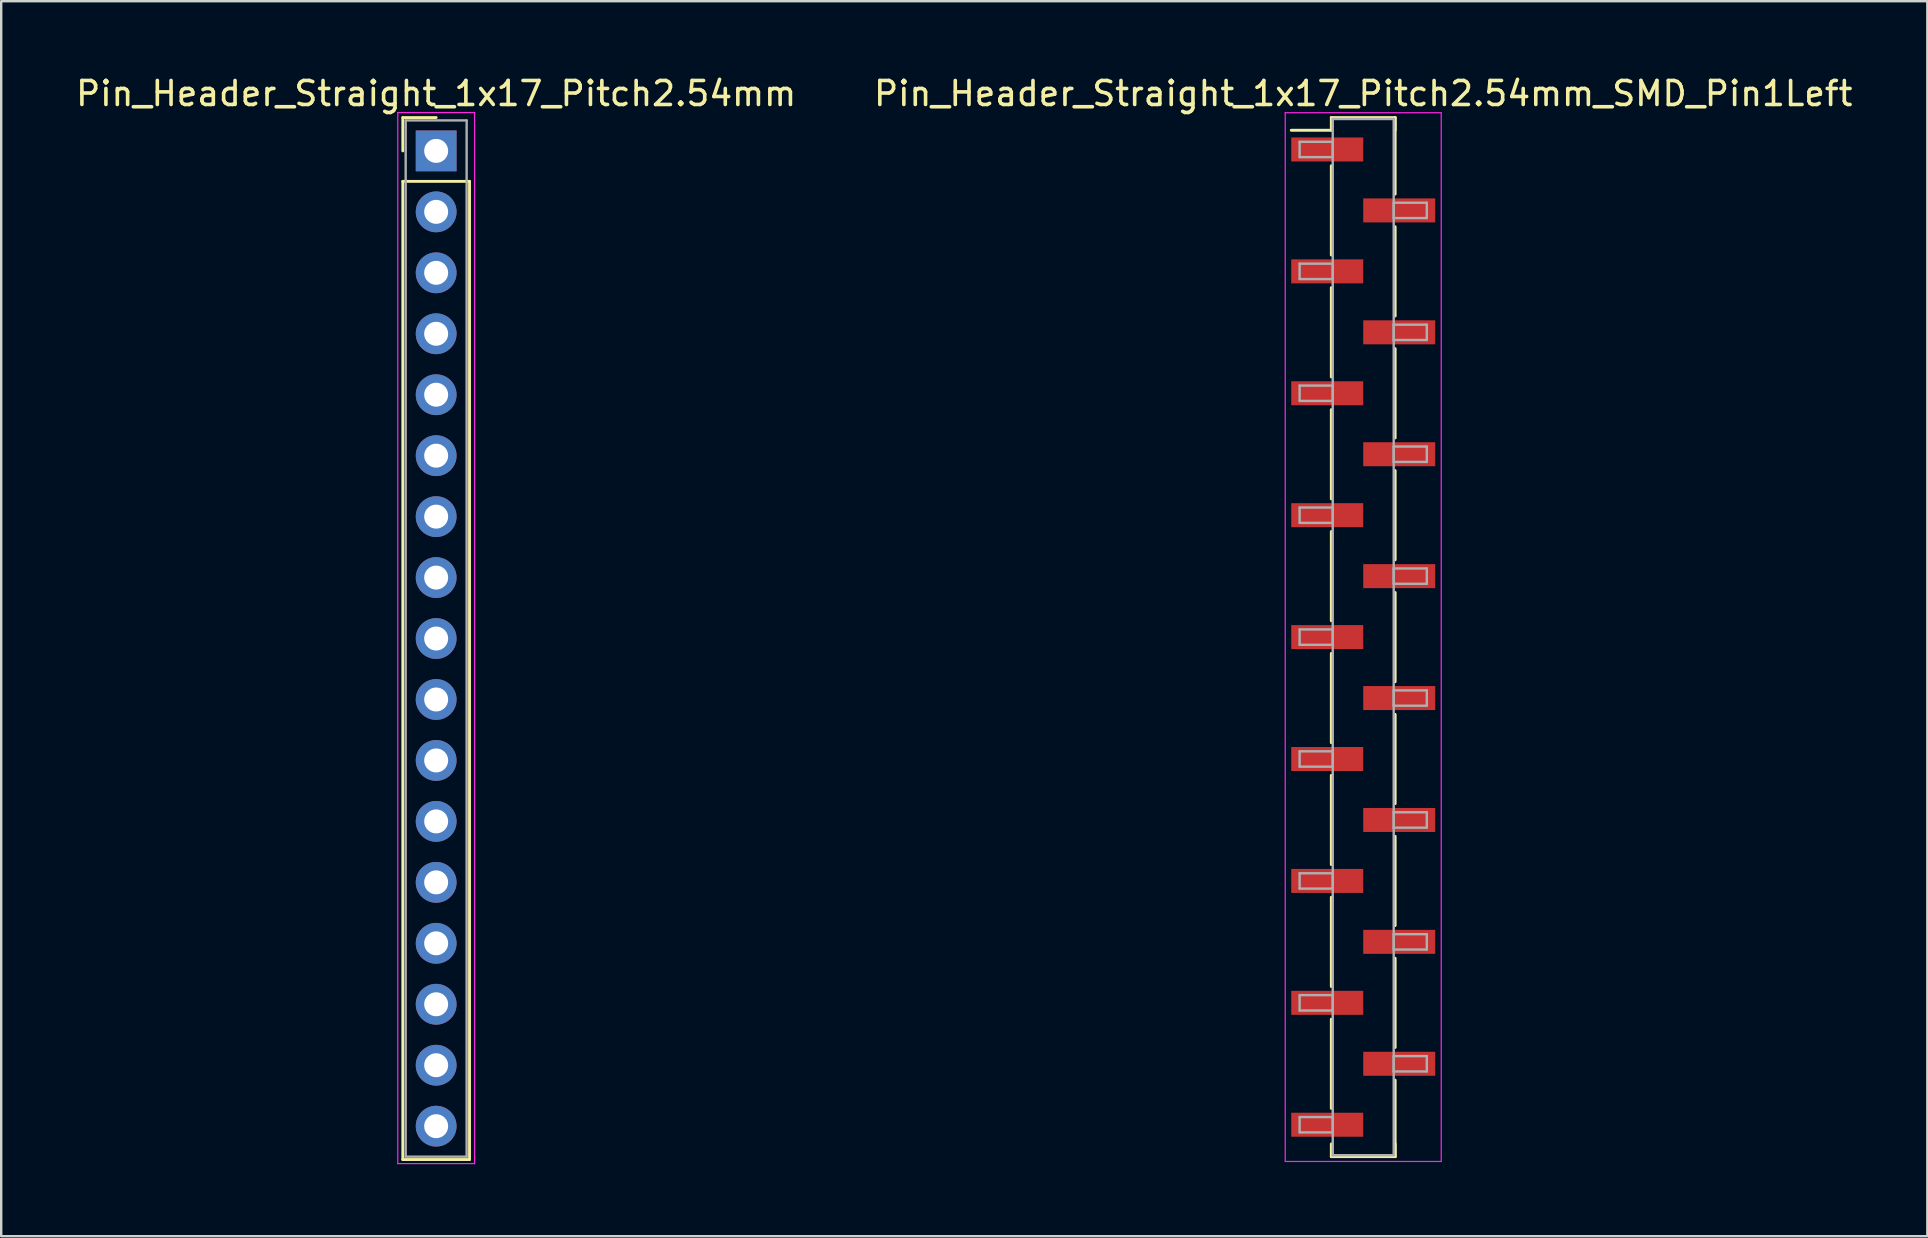
<source format=kicad_pcb>
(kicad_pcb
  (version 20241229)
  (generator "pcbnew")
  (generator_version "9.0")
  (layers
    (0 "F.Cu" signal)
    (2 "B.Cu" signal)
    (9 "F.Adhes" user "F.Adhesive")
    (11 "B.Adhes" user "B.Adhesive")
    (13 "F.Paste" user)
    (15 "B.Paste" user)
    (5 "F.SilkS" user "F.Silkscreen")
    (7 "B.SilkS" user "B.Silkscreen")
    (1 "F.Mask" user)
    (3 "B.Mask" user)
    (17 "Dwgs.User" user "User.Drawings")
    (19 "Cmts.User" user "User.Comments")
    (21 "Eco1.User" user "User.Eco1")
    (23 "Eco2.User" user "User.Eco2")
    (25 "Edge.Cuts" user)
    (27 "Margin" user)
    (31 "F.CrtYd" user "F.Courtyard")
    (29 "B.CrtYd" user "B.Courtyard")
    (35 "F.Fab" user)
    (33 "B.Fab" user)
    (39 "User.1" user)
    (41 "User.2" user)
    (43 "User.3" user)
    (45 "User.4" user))
  (footprint "Pin_Header_Straight_1x17_Pitch2.54mm_SMD_Pin1Left"
    (layer "F.Cu")
    (at 53.756 23.498)
    (property "Reference" "Pin_Header_Straight_1x17_Pitch2.54mm_SMD_Pin1Left" (at 0 -22.65 0) (layer "F.SilkS") (effects (font (size 1 1) (thickness 0.15))))
    (attr smd)
    (fp_line (start -1.33 -21.65) (end 1.33 -21.65) (stroke (width 0.12) (type solid)) (layer "F.SilkS"))
    (fp_line (start -1.33 -21.12) (end -3 -21.12) (stroke (width 0.12) (type solid)) (layer "F.SilkS"))
    (fp_line (start -1.33 -21.12) (end -1.33 -21.65) (stroke (width 0.12) (type solid)) (layer "F.SilkS"))
    (fp_line (start -1.33 -19.64) (end -1.33 -15.92) (stroke (width 0.12) (type solid)) (layer "F.SilkS"))
    (fp_line (start -1.33 -14.56) (end -1.33 -10.84) (stroke (width 0.12) (type solid)) (layer "F.SilkS"))
    (fp_line (start -1.33 -9.48) (end -1.33 -5.76) (stroke (width 0.12) (type solid)) (layer "F.SilkS"))
    (fp_line (start -1.33 -4.4) (end -1.33 -0.68) (stroke (width 0.12) (type solid)) (layer "F.SilkS"))
    (fp_line (start -1.33 0.68) (end -1.33 4.4) (stroke (width 0.12) (type solid)) (layer "F.SilkS"))
    (fp_line (start -1.33 5.76) (end -1.33 9.48) (stroke (width 0.12) (type solid)) (layer "F.SilkS"))
    (fp_line (start -1.33 10.84) (end -1.33 14.56) (stroke (width 0.12) (type solid)) (layer "F.SilkS"))
    (fp_line (start -1.33 15.92) (end -1.33 19.64) (stroke (width 0.12) (type solid)) (layer "F.SilkS"))
    (fp_line (start -1.33 21.12) (end -1.33 21.65) (stroke (width 0.12) (type solid)) (layer "F.SilkS"))
    (fp_line (start -1.33 21.65) (end 1.33 21.65) (stroke (width 0.12) (type solid)) (layer "F.SilkS"))
    (fp_line (start 1.33 -21.65) (end 1.33 -21.12) (stroke (width 0.12) (type solid)) (layer "F.SilkS"))
    (fp_line (start 1.33 -21.65) (end 1.33 -18.46) (stroke (width 0.12) (type solid)) (layer "F.SilkS"))
    (fp_line (start 1.33 -17.1) (end 1.33 -13.38) (stroke (width 0.12) (type solid)) (layer "F.SilkS"))
    (fp_line (start 1.33 -12.02) (end 1.33 -8.3) (stroke (width 0.12) (type solid)) (layer "F.SilkS"))
    (fp_line (start 1.33 -6.94) (end 1.33 -3.22) (stroke (width 0.12) (type solid)) (layer "F.SilkS"))
    (fp_line (start 1.33 -1.86) (end 1.33 1.86) (stroke (width 0.12) (type solid)) (layer "F.SilkS"))
    (fp_line (start 1.33 3.22) (end 1.33 6.94) (stroke (width 0.12) (type solid)) (layer "F.SilkS"))
    (fp_line (start 1.33 8.3) (end 1.33 12.02) (stroke (width 0.12) (type solid)) (layer "F.SilkS"))
    (fp_line (start 1.33 13.38) (end 1.33 17.1) (stroke (width 0.12) (type solid)) (layer "F.SilkS"))
    (fp_line (start 1.33 18.46) (end 1.33 21.65) (stroke (width 0.12) (type solid)) (layer "F.SilkS"))
    (fp_line (start 1.33 21.65) (end 1.33 21.12) (stroke (width 0.12) (type solid)) (layer "F.SilkS"))
    (fp_line (start -3.25 -21.85) (end -3.25 21.85) (stroke (width 0.05) (type solid)) (layer "F.CrtYd"))
    (fp_line (start -3.25 21.85) (end 3.25 21.85) (stroke (width 0.05) (type solid)) (layer "F.CrtYd"))
    (fp_line (start 3.25 -21.85) (end -3.25 -21.85) (stroke (width 0.05) (type solid)) (layer "F.CrtYd"))
    (fp_line (start 3.25 21.85) (end 3.25 -21.85) (stroke (width 0.05) (type solid)) (layer "F.CrtYd"))
    (fp_line (start -2.65 -20.64) (end -1.27 -20.64) (stroke (width 0.1) (type solid)) (layer "F.Fab"))
    (fp_line (start -2.65 -20) (end -2.65 -20.64) (stroke (width 0.1) (type solid)) (layer "F.Fab"))
    (fp_line (start -2.65 -15.56) (end -1.27 -15.56) (stroke (width 0.1) (type solid)) (layer "F.Fab"))
    (fp_line (start -2.65 -14.92) (end -2.65 -15.56) (stroke (width 0.1) (type solid)) (layer "F.Fab"))
    (fp_line (start -2.65 -10.48) (end -1.27 -10.48) (stroke (width 0.1) (type solid)) (layer "F.Fab"))
    (fp_line (start -2.65 -9.84) (end -2.65 -10.48) (stroke (width 0.1) (type solid)) (layer "F.Fab"))
    (fp_line (start -2.65 -5.4) (end -1.27 -5.4) (stroke (width 0.1) (type solid)) (layer "F.Fab"))
    (fp_line (start -2.65 -4.76) (end -2.65 -5.4) (stroke (width 0.1) (type solid)) (layer "F.Fab"))
    (fp_line (start -2.65 -0.32) (end -1.27 -0.32) (stroke (width 0.1) (type solid)) (layer "F.Fab"))
    (fp_line (start -2.65 0.32) (end -2.65 -0.32) (stroke (width 0.1) (type solid)) (layer "F.Fab"))
    (fp_line (start -2.65 4.76) (end -1.27 4.76) (stroke (width 0.1) (type solid)) (layer "F.Fab"))
    (fp_line (start -2.65 5.4) (end -2.65 4.76) (stroke (width 0.1) (type solid)) (layer "F.Fab"))
    (fp_line (start -2.65 9.84) (end -1.27 9.84) (stroke (width 0.1) (type solid)) (layer "F.Fab"))
    (fp_line (start -2.65 10.48) (end -2.65 9.84) (stroke (width 0.1) (type solid)) (layer "F.Fab"))
    (fp_line (start -2.65 14.92) (end -1.27 14.92) (stroke (width 0.1) (type solid)) (layer "F.Fab"))
    (fp_line (start -2.65 15.56) (end -2.65 14.92) (stroke (width 0.1) (type solid)) (layer "F.Fab"))
    (fp_line (start -2.65 20) (end -1.27 20) (stroke (width 0.1) (type solid)) (layer "F.Fab"))
    (fp_line (start -2.65 20.64) (end -2.65 20) (stroke (width 0.1) (type solid)) (layer "F.Fab"))
    (fp_line (start -1.27 -21.59) (end -1.27 21.59) (stroke (width 0.1) (type solid)) (layer "F.Fab"))
    (fp_line (start -1.27 -20.64) (end -1.27 -20) (stroke (width 0.1) (type solid)) (layer "F.Fab"))
    (fp_line (start -1.27 -20) (end -2.65 -20) (stroke (width 0.1) (type solid)) (layer "F.Fab"))
    (fp_line (start -1.27 -15.56) (end -1.27 -14.92) (stroke (width 0.1) (type solid)) (layer "F.Fab"))
    (fp_line (start -1.27 -14.92) (end -2.65 -14.92) (stroke (width 0.1) (type solid)) (layer "F.Fab"))
    (fp_line (start -1.27 -10.48) (end -1.27 -9.84) (stroke (width 0.1) (type solid)) (layer "F.Fab"))
    (fp_line (start -1.27 -9.84) (end -2.65 -9.84) (stroke (width 0.1) (type solid)) (layer "F.Fab"))
    (fp_line (start -1.27 -5.4) (end -1.27 -4.76) (stroke (width 0.1) (type solid)) (layer "F.Fab"))
    (fp_line (start -1.27 -4.76) (end -2.65 -4.76) (stroke (width 0.1) (type solid)) (layer "F.Fab"))
    (fp_line (start -1.27 -0.32) (end -1.27 0.32) (stroke (width 0.1) (type solid)) (layer "F.Fab"))
    (fp_line (start -1.27 0.32) (end -2.65 0.32) (stroke (width 0.1) (type solid)) (layer "F.Fab"))
    (fp_line (start -1.27 4.76) (end -1.27 5.4) (stroke (width 0.1) (type solid)) (layer "F.Fab"))
    (fp_line (start -1.27 5.4) (end -2.65 5.4) (stroke (width 0.1) (type solid)) (layer "F.Fab"))
    (fp_line (start -1.27 9.84) (end -1.27 10.48) (stroke (width 0.1) (type solid)) (layer "F.Fab"))
    (fp_line (start -1.27 10.48) (end -2.65 10.48) (stroke (width 0.1) (type solid)) (layer "F.Fab"))
    (fp_line (start -1.27 14.92) (end -1.27 15.56) (stroke (width 0.1) (type solid)) (layer "F.Fab"))
    (fp_line (start -1.27 15.56) (end -2.65 15.56) (stroke (width 0.1) (type solid)) (layer "F.Fab"))
    (fp_line (start -1.27 20) (end -1.27 20.64) (stroke (width 0.1) (type solid)) (layer "F.Fab"))
    (fp_line (start -1.27 20.64) (end -2.65 20.64) (stroke (width 0.1) (type solid)) (layer "F.Fab"))
    (fp_line (start -1.27 21.59) (end 1.27 21.59) (stroke (width 0.1) (type solid)) (layer "F.Fab"))
    (fp_line (start 1.27 -21.59) (end -1.27 -21.59) (stroke (width 0.1) (type solid)) (layer "F.Fab"))
    (fp_line (start 1.27 -18.1) (end 1.27 -17.46) (stroke (width 0.1) (type solid)) (layer "F.Fab"))
    (fp_line (start 1.27 -17.46) (end 2.65 -17.46) (stroke (width 0.1) (type solid)) (layer "F.Fab"))
    (fp_line (start 1.27 -13.02) (end 1.27 -12.38) (stroke (width 0.1) (type solid)) (layer "F.Fab"))
    (fp_line (start 1.27 -12.38) (end 2.65 -12.38) (stroke (width 0.1) (type solid)) (layer "F.Fab"))
    (fp_line (start 1.27 -7.94) (end 1.27 -7.3) (stroke (width 0.1) (type solid)) (layer "F.Fab"))
    (fp_line (start 1.27 -7.3) (end 2.65 -7.3) (stroke (width 0.1) (type solid)) (layer "F.Fab"))
    (fp_line (start 1.27 -2.86) (end 1.27 -2.22) (stroke (width 0.1) (type solid)) (layer "F.Fab"))
    (fp_line (start 1.27 -2.22) (end 2.65 -2.22) (stroke (width 0.1) (type solid)) (layer "F.Fab"))
    (fp_line (start 1.27 2.22) (end 1.27 2.86) (stroke (width 0.1) (type solid)) (layer "F.Fab"))
    (fp_line (start 1.27 2.86) (end 2.65 2.86) (stroke (width 0.1) (type solid)) (layer "F.Fab"))
    (fp_line (start 1.27 7.3) (end 1.27 7.94) (stroke (width 0.1) (type solid)) (layer "F.Fab"))
    (fp_line (start 1.27 7.94) (end 2.65 7.94) (stroke (width 0.1) (type solid)) (layer "F.Fab"))
    (fp_line (start 1.27 12.38) (end 1.27 13.02) (stroke (width 0.1) (type solid)) (layer "F.Fab"))
    (fp_line (start 1.27 13.02) (end 2.65 13.02) (stroke (width 0.1) (type solid)) (layer "F.Fab"))
    (fp_line (start 1.27 17.46) (end 1.27 18.1) (stroke (width 0.1) (type solid)) (layer "F.Fab"))
    (fp_line (start 1.27 18.1) (end 2.65 18.1) (stroke (width 0.1) (type solid)) (layer "F.Fab"))
    (fp_line (start 1.27 21.59) (end 1.27 -21.59) (stroke (width 0.1) (type solid)) (layer "F.Fab"))
    (fp_line (start 2.65 -18.1) (end 1.27 -18.1) (stroke (width 0.1) (type solid)) (layer "F.Fab"))
    (fp_line (start 2.65 -17.46) (end 2.65 -18.1) (stroke (width 0.1) (type solid)) (layer "F.Fab"))
    (fp_line (start 2.65 -13.02) (end 1.27 -13.02) (stroke (width 0.1) (type solid)) (layer "F.Fab"))
    (fp_line (start 2.65 -12.38) (end 2.65 -13.02) (stroke (width 0.1) (type solid)) (layer "F.Fab"))
    (fp_line (start 2.65 -7.94) (end 1.27 -7.94) (stroke (width 0.1) (type solid)) (layer "F.Fab"))
    (fp_line (start 2.65 -7.3) (end 2.65 -7.94) (stroke (width 0.1) (type solid)) (layer "F.Fab"))
    (fp_line (start 2.65 -2.86) (end 1.27 -2.86) (stroke (width 0.1) (type solid)) (layer "F.Fab"))
    (fp_line (start 2.65 -2.22) (end 2.65 -2.86) (stroke (width 0.1) (type solid)) (layer "F.Fab"))
    (fp_line (start 2.65 2.22) (end 1.27 2.22) (stroke (width 0.1) (type solid)) (layer "F.Fab"))
    (fp_line (start 2.65 2.86) (end 2.65 2.22) (stroke (width 0.1) (type solid)) (layer "F.Fab"))
    (fp_line (start 2.65 7.3) (end 1.27 7.3) (stroke (width 0.1) (type solid)) (layer "F.Fab"))
    (fp_line (start 2.65 7.94) (end 2.65 7.3) (stroke (width 0.1) (type solid)) (layer "F.Fab"))
    (fp_line (start 2.65 12.38) (end 1.27 12.38) (stroke (width 0.1) (type solid)) (layer "F.Fab"))
    (fp_line (start 2.65 13.02) (end 2.65 12.38) (stroke (width 0.1) (type solid)) (layer "F.Fab"))
    (fp_line (start 2.65 17.46) (end 1.27 17.46) (stroke (width 0.1) (type solid)) (layer "F.Fab"))
    (fp_line (start 2.65 18.1) (end 2.65 17.46) (stroke (width 0.1) (type solid)) (layer "F.Fab"))
    (pad "1" smd rect (at -1.5 -20.32) (size 3 1) (layers "F.Cu" "F.Mask"))
    (pad "2" smd rect (at 1.5 -17.78) (size 3 1) (layers "F.Cu" "F.Mask"))
    (pad "3" smd rect (at -1.5 -15.24) (size 3 1) (layers "F.Cu" "F.Mask"))
    (pad "4" smd rect (at 1.5 -12.7) (size 3 1) (layers "F.Cu" "F.Mask"))
    (pad "5" smd rect (at -1.5 -10.16) (size 3 1) (layers "F.Cu" "F.Mask"))
    (pad "6" smd rect (at 1.5 -7.62) (size 3 1) (layers "F.Cu" "F.Mask"))
    (pad "7" smd rect (at -1.5 -5.08) (size 3 1) (layers "F.Cu" "F.Mask"))
    (pad "8" smd rect (at 1.5 -2.54) (size 3 1) (layers "F.Cu" "F.Mask"))
    (pad "9" smd rect (at -1.5 0) (size 3 1) (layers "F.Cu" "F.Mask"))
    (pad "10" smd rect (at 1.5 2.54) (size 3 1) (layers "F.Cu" "F.Mask"))
    (pad "11" smd rect (at -1.5 5.08) (size 3 1) (layers "F.Cu" "F.Mask"))
    (pad "12" smd rect (at 1.5 7.62) (size 3 1) (layers "F.Cu" "F.Mask"))
    (pad "13" smd rect (at -1.5 10.16) (size 3 1) (layers "F.Cu" "F.Mask"))
    (pad "14" smd rect (at 1.5 12.7) (size 3 1) (layers "F.Cu" "F.Mask"))
    (pad "15" smd rect (at -1.5 15.24) (size 3 1) (layers "F.Cu" "F.Mask"))
    (pad "16" smd rect (at 1.5 17.78) (size 3 1) (layers "F.Cu" "F.Mask"))
    (pad "17" smd rect (at -1.5 20.32) (size 3 1) (layers "F.Cu" "F.Mask")))
  (footprint "Pin_Header_Straight_1x17_Pitch2.54mm"
    (layer "F.Cu")
    (at 15.125 3.238)
    (property "Reference" "Pin_Header_Straight_1x17_Pitch2.54mm" (at 0 -2.39 0) (layer "F.SilkS") (effects (font (size 1 1) (thickness 0.15))))
    (attr through_hole)
    (fp_line (start -1.39 -1.39) (end 0 -1.39) (stroke (width 0.12) (type solid)) (layer "F.SilkS"))
    (fp_line (start -1.39 0) (end -1.39 -1.39) (stroke (width 0.12) (type solid)) (layer "F.SilkS"))
    (fp_line (start -1.39 1.27) (end -1.39 42.03) (stroke (width 0.12) (type solid)) (layer "F.SilkS"))
    (fp_line (start -1.39 42.03) (end 1.39 42.03) (stroke (width 0.12) (type solid)) (layer "F.SilkS"))
    (fp_line (start 1.39 1.27) (end -1.39 1.27) (stroke (width 0.12) (type solid)) (layer "F.SilkS"))
    (fp_line (start 1.39 42.03) (end 1.39 1.27) (stroke (width 0.12) (type solid)) (layer "F.SilkS"))
    (fp_line (start -1.6 -1.6) (end -1.6 42.2) (stroke (width 0.05) (type solid)) (layer "F.CrtYd"))
    (fp_line (start -1.6 42.2) (end 1.6 42.2) (stroke (width 0.05) (type solid)) (layer "F.CrtYd"))
    (fp_line (start 1.6 -1.6) (end -1.6 -1.6) (stroke (width 0.05) (type solid)) (layer "F.CrtYd"))
    (fp_line (start 1.6 42.2) (end 1.6 -1.6) (stroke (width 0.05) (type solid)) (layer "F.CrtYd"))
    (fp_line (start -1.27 -1.27) (end -1.27 41.91) (stroke (width 0.1) (type solid)) (layer "F.Fab"))
    (fp_line (start -1.27 41.91) (end 1.27 41.91) (stroke (width 0.1) (type solid)) (layer "F.Fab"))
    (fp_line (start 1.27 -1.27) (end -1.27 -1.27) (stroke (width 0.1) (type solid)) (layer "F.Fab"))
    (fp_line (start 1.27 41.91) (end 1.27 -1.27) (stroke (width 0.1) (type solid)) (layer "F.Fab"))
    (pad "1" thru_hole rect (at 0 0) (size 1.7 1.7) (drill 1) (layers "*.Cu" "*.Mask"))
    (pad "2" thru_hole oval (at 0 2.54) (size 1.7 1.7) (drill 1) (layers "*.Cu" "*.Mask"))
    (pad "3" thru_hole oval (at 0 5.08) (size 1.7 1.7) (drill 1) (layers "*.Cu" "*.Mask"))
    (pad "4" thru_hole oval (at 0 7.62) (size 1.7 1.7) (drill 1) (layers "*.Cu" "*.Mask"))
    (pad "5" thru_hole oval (at 0 10.16) (size 1.7 1.7) (drill 1) (layers "*.Cu" "*.Mask"))
    (pad "6" thru_hole oval (at 0 12.7) (size 1.7 1.7) (drill 1) (layers "*.Cu" "*.Mask"))
    (pad "7" thru_hole oval (at 0 15.24) (size 1.7 1.7) (drill 1) (layers "*.Cu" "*.Mask"))
    (pad "8" thru_hole oval (at 0 17.78) (size 1.7 1.7) (drill 1) (layers "*.Cu" "*.Mask"))
    (pad "9" thru_hole oval (at 0 20.32) (size 1.7 1.7) (drill 1) (layers "*.Cu" "*.Mask"))
    (pad "10" thru_hole oval (at 0 22.86) (size 1.7 1.7) (drill 1) (layers "*.Cu" "*.Mask"))
    (pad "11" thru_hole oval (at 0 25.4) (size 1.7 1.7) (drill 1) (layers "*.Cu" "*.Mask"))
    (pad "12" thru_hole oval (at 0 27.94) (size 1.7 1.7) (drill 1) (layers "*.Cu" "*.Mask"))
    (pad "13" thru_hole oval (at 0 30.48) (size 1.7 1.7) (drill 1) (layers "*.Cu" "*.Mask"))
    (pad "14" thru_hole oval (at 0 33.02) (size 1.7 1.7) (drill 1) (layers "*.Cu" "*.Mask"))
    (pad "15" thru_hole oval (at 0 35.56) (size 1.7 1.7) (drill 1) (layers "*.Cu" "*.Mask"))
    (pad "16" thru_hole oval (at 0 38.1) (size 1.7 1.7) (drill 1) (layers "*.Cu" "*.Mask"))
    (pad "17" thru_hole oval (at 0 40.64) (size 1.7 1.7) (drill 1) (layers "*.Cu" "*.Mask")))
  (gr_rect
    (start -3 -3)
    (end 77.262 48.463)
    (stroke (width 0.1) (type default))
    (fill no)
    (layer "Edge.Cuts")))
</source>
